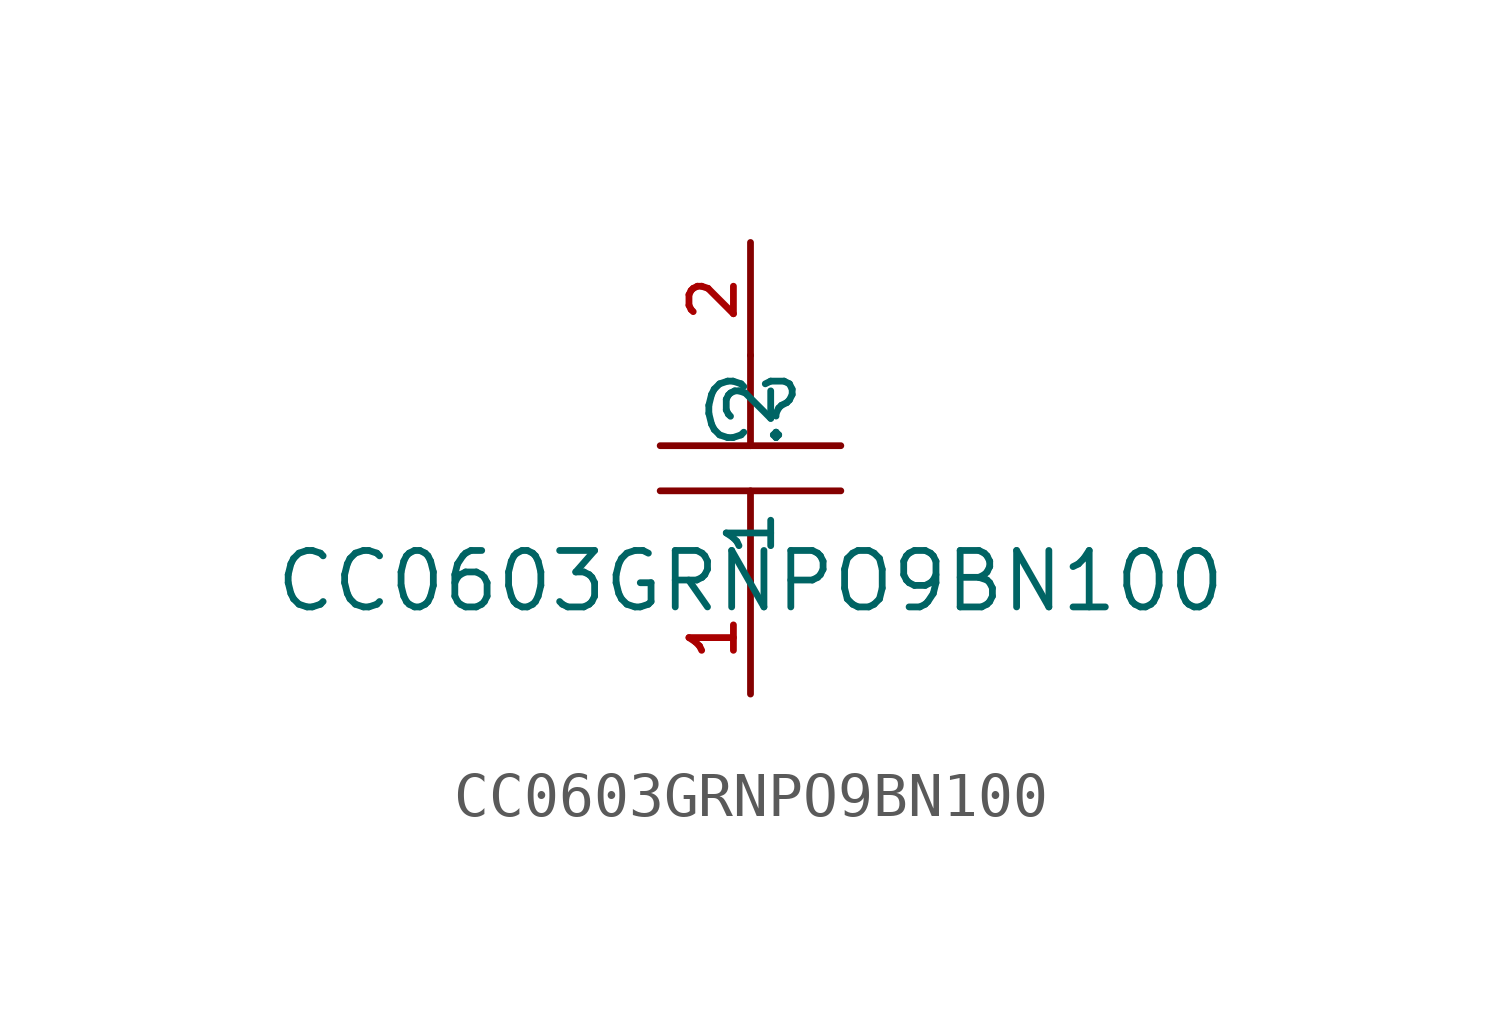
<source format=kicad_sym>
(kicad_symbol_lib
  (version 20210201)
  (generator TousstNicolas/JLC2KiCad_lib)
  (symbol "CC0603GRNPO9BN100"
    (property "Reference" "C"
      (at 0 1.27 0)
      (effects (font (size 1.27 1.27))))
    (property "Value" "CC0603GRNPO9BN100"
      (at 0 -2.54 0)
      (effects (font (size 1.27 1.27))))
    (symbol "CC0603GRNPO9BN100_0_1"
      (polyline (pts (xy 2.032 -0.508) (xy -2.032 -0.508)) (stroke (width 0) (type default) (color 0 0 0 0)) (fill (type none)))
      (pin unspecified line (at 0.0 -5.08 90) (length 2.54) (name "1" (effects (font (size 1 1)))) (number "1" (effects (font (size 1 1)))))
      (polyline (pts (xy 0.0 2.54) (xy 0.0 0.508)) (stroke (width 0) (type default) (color 0 0 0 0)) (fill (type none)))
      (polyline (pts (xy -2.032 0.508) (xy 2.032 0.508)) (stroke (width 0) (type default) (color 0 0 0 0)) (fill (type none)))
      (pin unspecified line (at 0.0 5.08 270) (length 2.54) (name "2" (effects (font (size 1 1)))) (number "2" (effects (font (size 1 1)))))
      (polyline (pts (xy 0.0 -0.508) (xy 0.0 -2.54)) (stroke (width 0) (type default) (color 0 0 0 0)) (fill (type none))))))
</source>
